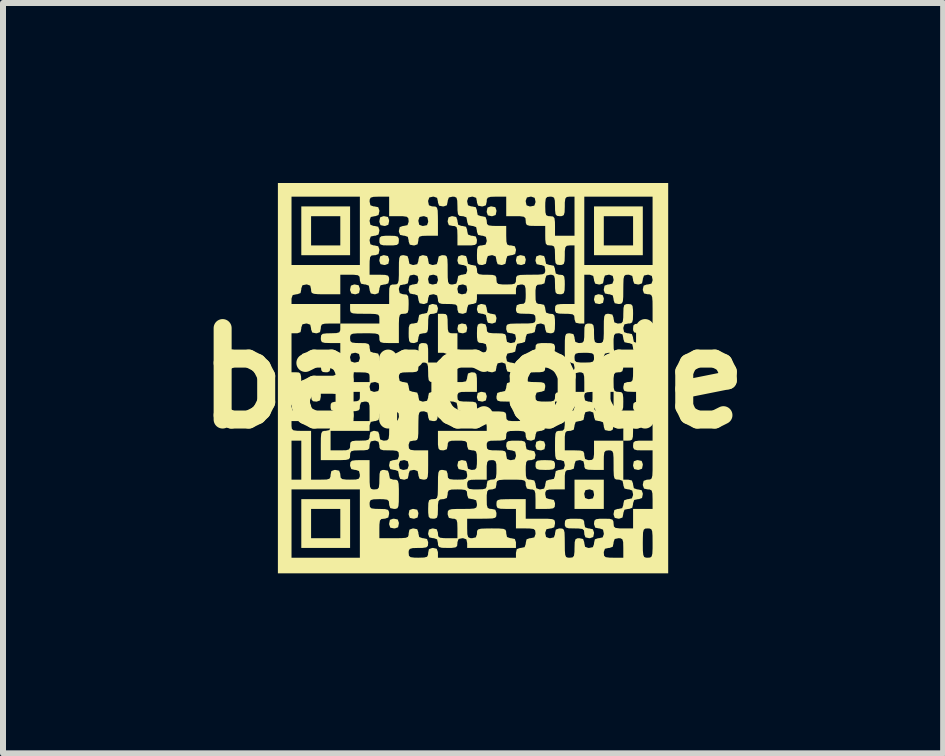
<source format=kicad_pcb>
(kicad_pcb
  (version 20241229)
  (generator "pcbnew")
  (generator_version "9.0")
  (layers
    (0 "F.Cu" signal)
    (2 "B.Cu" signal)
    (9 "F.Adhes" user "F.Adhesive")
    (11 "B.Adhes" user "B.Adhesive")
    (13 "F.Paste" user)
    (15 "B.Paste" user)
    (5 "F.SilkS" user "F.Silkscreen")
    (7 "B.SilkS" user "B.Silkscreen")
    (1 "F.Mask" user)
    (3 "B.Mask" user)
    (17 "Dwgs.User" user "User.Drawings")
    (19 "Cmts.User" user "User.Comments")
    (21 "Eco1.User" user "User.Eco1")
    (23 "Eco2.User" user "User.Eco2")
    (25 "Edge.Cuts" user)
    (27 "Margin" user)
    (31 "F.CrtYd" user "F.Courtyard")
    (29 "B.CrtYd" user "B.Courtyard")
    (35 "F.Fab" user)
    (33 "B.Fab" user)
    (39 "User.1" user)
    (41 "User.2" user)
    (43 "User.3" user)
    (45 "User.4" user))
  (footprint "barcode"
    (layer "F.Cu")
    (at 4.833 3.252)
    (property "Reference" "barcode" (at 0 0 0) (layer "F.SilkS") (effects (font (size 1.524 1.524) (thickness 0.3))))
    (attr through_hole)
    (fp_poly (pts (xy -2.049 -2.049) (xy -2.862 -2.049) (xy -2.862 -2.699) (xy -2.699 -2.699) (xy -2.699 -2.212) (xy -2.212 -2.212) (xy -2.212 -2.699) (xy -2.699 -2.699) (xy -2.862 -2.699) (xy -2.862 -2.862) (xy -2.049 -2.862)) (stroke (width 0) (type solid)) (fill yes) (layer "F.SilkS"))
    (fp_poly (pts (xy -2.049 2.829) (xy -2.862 2.829) (xy -2.862 2.179) (xy -2.699 2.179) (xy -2.699 2.667) (xy -2.212 2.667) (xy -2.212 2.179) (xy -2.699 2.179) (xy -2.862 2.179) (xy -2.862 2.016) (xy -2.049 2.016)) (stroke (width 0) (type solid)) (fill yes) (layer "F.SilkS"))
    (fp_poly (pts (xy 2.829 -2.049) (xy 2.016 -2.049) (xy 2.016 -2.699) (xy 2.179 -2.699) (xy 2.179 -2.212) (xy 2.667 -2.212) (xy 2.667 -2.699) (xy 2.179 -2.699) (xy 2.016 -2.699) (xy 2.016 -2.862) (xy 2.829 -2.862)) (stroke (width 0) (type solid)) (fill yes) (layer "F.SilkS"))
    (fp_poly (pts (xy -2.719 -0.409) (xy -2.7 -0.356) (xy -2.699 -0.341) (xy -2.713 -0.28) (xy -2.766 -0.261) (xy -2.781 -0.26) (xy -2.843 -0.274) (xy -2.862 -0.327) (xy -2.862 -0.341) (xy -2.849 -0.403) (xy -2.796 -0.422) (xy -2.781 -0.423)) (stroke (width 0) (type solid)) (fill yes) (layer "F.SilkS"))
    (fp_poly (pts (xy -1.906 -1.548) (xy -1.887 -1.495) (xy -1.886 -1.48) (xy -1.9 -1.418) (xy -1.953 -1.399) (xy -1.968 -1.398) (xy -2.029 -1.412) (xy -2.049 -1.465) (xy -2.049 -1.48) (xy -2.035 -1.542) (xy -1.983 -1.561) (xy -1.968 -1.561)) (stroke (width 0) (type solid)) (fill yes) (layer "F.SilkS"))
    (fp_poly (pts (xy -1.418 -2.686) (xy -1.399 -2.633) (xy -1.398 -2.618) (xy -1.412 -2.556) (xy -1.465 -2.537) (xy -1.48 -2.537) (xy -1.542 -2.55) (xy -1.561 -2.603) (xy -1.561 -2.618) (xy -1.548 -2.68) (xy -1.495 -2.699) (xy -1.48 -2.699)) (stroke (width 0) (type solid)) (fill yes) (layer "F.SilkS"))
    (fp_poly (pts (xy -1.418 -2.035) (xy -1.399 -1.983) (xy -1.398 -1.968) (xy -1.412 -1.906) (xy -1.465 -1.887) (xy -1.48 -1.886) (xy -1.542 -1.9) (xy -1.561 -1.953) (xy -1.561 -1.968) (xy -1.548 -2.029) (xy -1.495 -2.049) (xy -1.48 -2.049)) (stroke (width 0) (type solid)) (fill yes) (layer "F.SilkS"))
    (fp_poly (pts (xy -1.255 2.355) (xy -1.236 2.408) (xy -1.236 2.423) (xy -1.249 2.485) (xy -1.302 2.504) (xy -1.317 2.504) (xy -1.379 2.491) (xy -1.398 2.438) (xy -1.398 2.423) (xy -1.385 2.361) (xy -1.332 2.342) (xy -1.317 2.342)) (stroke (width 0) (type solid)) (fill yes) (layer "F.SilkS"))
    (fp_poly (pts (xy -0.93 2.192) (xy -0.911 2.245) (xy -0.911 2.26) (xy -0.924 2.322) (xy -0.977 2.341) (xy -0.992 2.342) (xy -1.054 2.328) (xy -1.073 2.275) (xy -1.073 2.26) (xy -1.06 2.198) (xy -1.007 2.179) (xy -0.992 2.179)) (stroke (width 0) (type solid)) (fill yes) (layer "F.SilkS"))
    (fp_poly (pts (xy -0.117 -0.897) (xy -0.098 -0.844) (xy -0.098 -0.829) (xy -0.111 -0.767) (xy -0.164 -0.748) (xy -0.179 -0.748) (xy -0.241 -0.761) (xy -0.26 -0.814) (xy -0.26 -0.829) (xy -0.247 -0.891) (xy -0.194 -0.91) (xy -0.179 -0.911)) (stroke (width 0) (type solid)) (fill yes) (layer "F.SilkS"))
    (fp_poly (pts (xy 0.208 0.241) (xy 0.227 0.294) (xy 0.228 0.309) (xy 0.214 0.371) (xy 0.161 0.39) (xy 0.146 0.39) (xy 0.084 0.377) (xy 0.065 0.324) (xy 0.065 0.309) (xy 0.078 0.247) (xy 0.131 0.228) (xy 0.146 0.228)) (stroke (width 0) (type solid)) (fill yes) (layer "F.SilkS"))
    (fp_poly (pts (xy 0.371 -2.849) (xy 0.39 -2.796) (xy 0.39 -2.781) (xy 0.377 -2.719) (xy 0.324 -2.7) (xy 0.309 -2.699) (xy 0.247 -2.713) (xy 0.228 -2.766) (xy 0.228 -2.781) (xy 0.241 -2.843) (xy 0.294 -2.862) (xy 0.309 -2.862)) (stroke (width 0) (type solid)) (fill yes) (layer "F.SilkS"))
    (fp_poly (pts (xy 0.859 -2.035) (xy 0.878 -1.983) (xy 0.878 -1.968) (xy 0.865 -1.906) (xy 0.812 -1.887) (xy 0.797 -1.886) (xy 0.735 -1.9) (xy 0.716 -1.953) (xy 0.715 -1.968) (xy 0.729 -2.029) (xy 0.782 -2.049) (xy 0.797 -2.049)) (stroke (width 0) (type solid)) (fill yes) (layer "F.SilkS"))
    (fp_poly (pts (xy 1.184 1.054) (xy 1.203 1.107) (xy 1.203 1.122) (xy 1.19 1.184) (xy 1.137 1.203) (xy 1.122 1.203) (xy 1.06 1.19) (xy 1.041 1.137) (xy 1.041 1.122) (xy 1.054 1.06) (xy 1.107 1.041) (xy 1.122 1.041)) (stroke (width 0) (type solid)) (fill yes) (layer "F.SilkS"))
    (fp_poly (pts (xy 2.16 -1.385) (xy 2.179 -1.332) (xy 2.179 -1.317) (xy 2.166 -1.255) (xy 2.113 -1.236) (xy 2.098 -1.236) (xy 2.036 -1.249) (xy 2.017 -1.302) (xy 2.016 -1.317) (xy 2.03 -1.379) (xy 2.083 -1.398) (xy 2.098 -1.398)) (stroke (width 0) (type solid)) (fill yes) (layer "F.SilkS"))
    (fp_poly (pts (xy 2.81 1.379) (xy 2.829 1.432) (xy 2.829 1.447) (xy 2.816 1.509) (xy 2.763 1.528) (xy 2.748 1.529) (xy 2.686 1.515) (xy 2.667 1.462) (xy 2.667 1.447) (xy 2.68 1.385) (xy 2.733 1.366) (xy 2.748 1.366)) (stroke (width 0) (type solid)) (fill yes) (layer "F.SilkS"))
    (fp_poly (pts (xy 2.634 0.721) (xy 2.658 0.748) (xy 2.666 0.813) (xy 2.667 0.878) (xy 2.664 0.975) (xy 2.651 1.023) (xy 2.618 1.039) (xy 2.586 1.041) (xy 2.504 1.041) (xy 2.504 0.878) (xy 2.507 0.782) (xy 2.52 0.733) (xy 2.553 0.717) (xy 2.586 0.715)) (stroke (width 0) (type solid)) (fill yes) (layer "F.SilkS"))
    (fp_poly (pts (xy -2.407 -0.418) (xy -2.383 -0.391) (xy -2.375 -0.325) (xy -2.374 -0.26) (xy -2.377 -0.164) (xy -2.39 -0.116) (xy -2.423 -0.099) (xy -2.455 -0.098) (xy -2.504 -0.103) (xy -2.528 -0.13) (xy -2.536 -0.195) (xy -2.537 -0.26) (xy -2.534 -0.357) (xy -2.521 -0.405) (xy -2.488 -0.421) (xy -2.455 -0.423)) (stroke (width 0) (type solid)) (fill yes) (layer "F.SilkS"))
    (fp_poly (pts (xy -1.302 -2.371) (xy -1.254 -2.358) (xy -1.237 -2.325) (xy -1.236 -2.293) (xy -1.241 -2.245) (xy -1.268 -2.221) (xy -1.333 -2.212) (xy -1.398 -2.212) (xy -1.495 -2.214) (xy -1.543 -2.228) (xy -1.56 -2.26) (xy -1.561 -2.293) (xy -1.556 -2.341) (xy -1.529 -2.365) (xy -1.464 -2.373) (xy -1.398 -2.374)) (stroke (width 0) (type solid)) (fill yes) (layer "F.SilkS"))
    (fp_poly (pts (xy 1.3 1.369) (xy 1.348 1.382) (xy 1.364 1.415) (xy 1.366 1.447) (xy 1.361 1.496) (xy 1.334 1.52) (xy 1.269 1.528) (xy 1.203 1.529) (xy 1.107 1.526) (xy 1.059 1.512) (xy 1.042 1.48) (xy 1.041 1.447) (xy 1.046 1.399) (xy 1.073 1.375) (xy 1.138 1.367) (xy 1.203 1.366)) (stroke (width 0) (type solid)) (fill yes) (layer "F.SilkS"))
    (fp_poly (pts (xy 0.682 0.07) (xy 0.707 0.097) (xy 0.715 0.162) (xy 0.715 0.228) (xy 0.715 0.39) (xy 0.553 0.39) (xy 0.456 0.388) (xy 0.408 0.374) (xy 0.392 0.342) (xy 0.39 0.309) (xy 0.404 0.247) (xy 0.457 0.228) (xy 0.472 0.228) (xy 0.533 0.214) (xy 0.553 0.161) (xy 0.553 0.146) (xy 0.566 0.084) (xy 0.619 0.065) (xy 0.634 0.065)) (stroke (width 0) (type solid)) (fill yes) (layer "F.SilkS"))
    (fp_poly (pts (xy 2.179 2.179) (xy 1.691 2.179) (xy 1.691 1.935) (xy 1.854 1.935) (xy 1.867 1.997) (xy 1.92 2.016) (xy 1.935 2.016) (xy 1.997 2.003) (xy 2.016 1.95) (xy 2.016 1.935) (xy 2.003 1.873) (xy 1.95 1.854) (xy 1.935 1.854) (xy 1.873 1.867) (xy 1.854 1.92) (xy 1.854 1.935) (xy 1.691 1.935) (xy 1.691 1.691) (xy 2.179 1.691)) (stroke (width 0) (type solid)) (fill yes) (layer "F.SilkS"))
    (fp_poly (pts (xy 0.208 -1.222) (xy 0.227 -1.17) (xy 0.228 -1.155) (xy 0.241 -1.093) (xy 0.294 -1.074) (xy 0.309 -1.073) (xy 0.371 -1.06) (xy 0.39 -1.007) (xy 0.39 -0.992) (xy 0.377 -0.93) (xy 0.324 -0.911) (xy 0.309 -0.911) (xy 0.247 -0.924) (xy 0.228 -0.977) (xy 0.228 -0.992) (xy 0.214 -1.054) (xy 0.161 -1.073) (xy 0.146 -1.073) (xy 0.084 -1.087) (xy 0.065 -1.14) (xy 0.065 -1.155) (xy 0.078 -1.216) (xy 0.131 -1.236) (xy 0.146 -1.236)) (stroke (width 0) (type solid)) (fill yes) (layer "F.SilkS"))
    (fp_poly (pts (xy 1.788 2.344) (xy 1.836 2.358) (xy 1.852 2.39) (xy 1.854 2.423) (xy 1.867 2.485) (xy 1.92 2.504) (xy 1.935 2.504) (xy 1.997 2.518) (xy 2.016 2.571) (xy 2.016 2.586) (xy 2.003 2.647) (xy 1.95 2.666) (xy 1.935 2.667) (xy 1.873 2.653) (xy 1.854 2.601) (xy 1.854 2.586) (xy 1.849 2.537) (xy 1.822 2.513) (xy 1.756 2.505) (xy 1.691 2.504) (xy 1.595 2.502) (xy 1.547 2.488) (xy 1.53 2.456) (xy 1.529 2.423) (xy 1.534 2.375) (xy 1.561 2.351) (xy 1.626 2.342) (xy 1.691 2.342)) (stroke (width 0) (type solid)) (fill yes) (layer "F.SilkS"))
    (fp_poly (pts (xy -0.28 -2.686) (xy -0.261 -2.633) (xy -0.26 -2.618) (xy -0.247 -2.556) (xy -0.194 -2.537) (xy -0.179 -2.537) (xy -0.117 -2.523) (xy -0.098 -2.47) (xy -0.098 -2.455) (xy -0.084 -2.394) (xy -0.031 -2.374) (xy -0.016 -2.374) (xy 0.046 -2.361) (xy 0.065 -2.308) (xy 0.065 -2.293) (xy 0.06 -2.245) (xy 0.033 -2.221) (xy -0.032 -2.212) (xy -0.098 -2.212) (xy -0.26 -2.212) (xy -0.26 -2.374) (xy -0.263 -2.471) (xy -0.276 -2.519) (xy -0.309 -2.535) (xy -0.341 -2.537) (xy -0.403 -2.55) (xy -0.422 -2.603) (xy -0.423 -2.618) (xy -0.409 -2.68) (xy -0.356 -2.699) (xy -0.341 -2.699)) (stroke (width 0) (type solid)) (fill yes) (layer "F.SilkS"))
    (fp_poly (pts (xy -0.605 -1.222) (xy -0.586 -1.17) (xy -0.585 -1.155) (xy -0.599 -1.093) (xy -0.652 -1.074) (xy -0.667 -1.073) (xy -0.715 -1.068) (xy -0.739 -1.041) (xy -0.747 -0.976) (xy -0.748 -0.911) (xy -0.751 -0.814) (xy -0.764 -0.766) (xy -0.797 -0.75) (xy -0.829 -0.748) (xy -0.891 -0.735) (xy -0.91 -0.682) (xy -0.911 -0.667) (xy -0.924 -0.605) (xy -0.977 -0.586) (xy -0.992 -0.585) (xy -1.04 -0.591) (xy -1.064 -0.618) (xy -1.072 -0.683) (xy -1.073 -0.748) (xy -1.071 -0.845) (xy -1.057 -0.893) (xy -1.025 -0.909) (xy -0.992 -0.911) (xy -0.93 -0.924) (xy -0.911 -0.977) (xy -0.911 -0.992) (xy -0.897 -1.054) (xy -0.844 -1.073) (xy -0.829 -1.073) (xy -0.767 -1.087) (xy -0.748 -1.14) (xy -0.748 -1.155) (xy -0.735 -1.216) (xy -0.682 -1.236) (xy -0.667 -1.236)) (stroke (width 0) (type solid)) (fill yes) (layer "F.SilkS"))
    (fp_poly (pts (xy 3.252 3.252) (xy -3.252 3.252) (xy -3.252 1.854) (xy -3.025 1.854) (xy -3.025 2.992) (xy -1.886 2.992) (xy -1.886 1.854) (xy -3.025 1.854) (xy -3.252 1.854) (xy -3.252 1.041) (xy -3.025 1.041) (xy -3.025 1.691) (xy -2.862 1.691) (xy -2.862 1.041) (xy -3.025 1.041) (xy -3.252 1.041) (xy -3.252 -1.317) (xy -3.025 -1.317) (xy -3.025 -1.236) (xy -2.212 -1.236) (xy -2.212 -0.911) (xy -2.374 -0.911) (xy -2.471 -0.908) (xy -2.519 -0.895) (xy -2.535 -0.862) (xy -2.537 -0.829) (xy -2.55 -0.767) (xy -2.603 -0.748) (xy -2.618 -0.748) (xy -2.68 -0.761) (xy -2.699 -0.814) (xy -2.699 -0.829) (xy -2.713 -0.891) (xy -2.766 -0.91) (xy -2.781 -0.911) (xy -2.843 -0.897) (xy -2.862 -0.844) (xy -2.862 -0.829) (xy -2.875 -0.767) (xy -2.928 -0.748) (xy -2.943 -0.748) (xy -3.025 -0.748) (xy -3.025 -0.098) (xy -2.943 -0.098) (xy -2.902 -0.095) (xy -2.878 -0.076) (xy -2.866 -0.029) (xy -2.862 0.061) (xy -2.862 0.146) (xy -2.863 0.27) (xy -2.869 0.343) (xy -2.885 0.378) (xy -2.915 0.389) (xy -2.943 0.39) (xy -3.005 0.404) (xy -3.024 0.457) (xy -3.025 0.472) (xy -3.011 0.533) (xy -2.958 0.553) (xy -2.943 0.553) (xy -2.881 0.539) (xy -2.862 0.487) (xy -2.862 0.472) (xy -2.849 0.41) (xy -2.796 0.391) (xy -2.781 0.39) (xy -2.719 0.404) (xy -2.7 0.457) (xy -2.699 0.472) (xy -2.694 0.52) (xy -2.667 0.544) (xy -2.602 0.552) (xy -2.537 0.553) (xy -2.44 0.556) (xy -2.392 0.569) (xy -2.376 0.602) (xy -2.374 0.634) (xy -2.374 0.715) (xy -3.025 0.715) (xy -3.025 0.797) (xy -3.019 0.845) (xy -2.992 0.869) (xy -2.927 0.877) (xy -2.862 0.878) (xy -2.699 0.878) (xy -2.699 1.691) (xy -2.537 1.691) (xy -2.44 1.689) (xy -2.392 1.675) (xy -2.376 1.642) (xy -2.374 1.61) (xy -2.361 1.548) (xy -2.308 1.529) (xy -2.293 1.529) (xy -2.231 1.542) (xy -2.212 1.595) (xy -2.212 1.61) (xy -2.206 1.658) (xy -2.179 1.682) (xy -2.114 1.69) (xy -2.049 1.691) (xy -1.952 1.689) (xy -1.904 1.675) (xy -1.888 1.642) (xy -1.886 1.61) (xy -1.9 1.548) (xy -1.953 1.529) (xy -1.968 1.529) (xy -2.029 1.515) (xy -2.049 1.462) (xy -2.049 1.447) (xy -2.044 1.399) (xy -2.017 1.375) (xy -1.952 1.367) (xy -1.886 1.366) (xy -1.724 1.366) (xy -1.724 1.61) (xy -1.723 1.734) (xy -1.717 1.807) (xy -1.701 1.842) (xy -1.671 1.853) (xy -1.642 1.854) (xy -1.594 1.849) (xy -1.57 1.822) (xy -1.562 1.756) (xy -1.561 1.691) (xy -1.558 1.595) (xy -1.545 1.547) (xy -1.512 1.53) (xy -1.48 1.529) (xy -1.418 1.542) (xy -1.399 1.595) (xy -1.398 1.61) (xy -1.385 1.672) (xy -1.332 1.691) (xy -1.317 1.691) (xy -1.276 1.694) (xy -1.252 1.712) (xy -1.24 1.76) (xy -1.236 1.849) (xy -1.236 1.935) (xy -1.237 2.059) (xy -1.243 2.132) (xy -1.259 2.167) (xy -1.289 2.178) (xy -1.317 2.179) (xy -1.379 2.166) (xy -1.398 2.113) (xy -1.398 2.098) (xy -1.404 2.049) (xy -1.431 2.025) (xy -1.496 2.017) (xy -1.561 2.016) (xy -1.658 2.019) (xy -1.706 2.032) (xy -1.722 2.065) (xy -1.724 2.098) (xy -1.718 2.146) (xy -1.692 2.17) (xy -1.626 2.178) (xy -1.561 2.179) (xy -1.465 2.182) (xy -1.416 2.195) (xy -1.4 2.228) (xy -1.398 2.26) (xy -1.412 2.322) (xy -1.465 2.341) (xy -1.48 2.342) (xy -1.528 2.347) (xy -1.552 2.374) (xy -1.56 2.439) (xy -1.561 2.504) (xy -1.561 2.667) (xy -1.317 2.667) (xy -1.193 2.666) (xy -1.12 2.66) (xy -1.085 2.644) (xy -1.074 2.614) (xy -1.073 2.586) (xy -1.06 2.524) (xy -1.007 2.505) (xy -0.992 2.504) (xy -0.93 2.518) (xy -0.911 2.571) (xy -0.911 2.586) (xy -0.897 2.647) (xy -0.844 2.666) (xy -0.829 2.667) (xy -0.767 2.68) (xy -0.748 2.733) (xy -0.748 2.748) (xy -0.753 2.796) (xy -0.78 2.82) (xy -0.845 2.829) (xy -0.911 2.829) (xy -1.007 2.832) (xy -1.055 2.846) (xy -1.072 2.878) (xy -1.073 2.911) (xy -1.068 2.959) (xy -1.041 2.983) (xy -0.976 2.991) (xy -0.911 2.992) (xy -0.814 2.989) (xy -0.766 2.976) (xy -0.75 2.943) (xy -0.748 2.911) (xy -0.735 2.849) (xy -0.682 2.83) (xy -0.667 2.829) (xy -0.605 2.843) (xy -0.586 2.896) (xy -0.585 2.911) (xy -0.585 2.992) (xy 0.715 2.992) (xy 0.715 2.911) (xy 0.729 2.849) (xy 0.782 2.83) (xy 0.797 2.829) (xy 0.859 2.816) (xy 0.878 2.763) (xy 0.878 2.748) (xy 0.892 2.686) (xy 0.944 2.667) (xy 0.959 2.667) (xy 1.021 2.653) (xy 1.04 2.601) (xy 1.041 2.586) (xy 1.035 2.537) (xy 1.009 2.513) (xy 0.943 2.505) (xy 0.878 2.504) (xy 0.715 2.504) (xy 0.715 2.179) (xy 0.553 2.179) (xy 0.456 2.176) (xy 0.408 2.163) (xy 0.392 2.13) (xy 0.39 2.098) (xy 0.393 2.056) (xy 0.412 2.032) (xy 0.459 2.02) (xy 0.549 2.017) (xy 0.634 2.016) (xy 0.878 2.016) (xy 0.878 2.342) (xy 1.122 2.342) (xy 1.246 2.343) (xy 1.319 2.349) (xy 1.354 2.364) (xy 1.365 2.394) (xy 1.366 2.423) (xy 1.353 2.485) (xy 1.3 2.504) (xy 1.285 2.504) (xy 1.223 2.518) (xy 1.204 2.571) (xy 1.203 2.586) (xy 1.217 2.647) (xy 1.27 2.666) (xy 1.285 2.667) (xy 1.347 2.653) (xy 1.366 2.601) (xy 1.366 2.586) (xy 1.379 2.524) (xy 1.432 2.505) (xy 1.447 2.504) (xy 1.489 2.507) (xy 1.513 2.526) (xy 1.525 2.573) (xy 1.528 2.662) (xy 1.529 2.748) (xy 1.53 2.872) (xy 1.536 2.945) (xy 1.551 2.98) (xy 1.581 2.991) (xy 1.61 2.992) (xy 1.658 2.987) (xy 1.682 2.96) (xy 1.688 2.911) (xy 2.179 2.911) (xy 2.184 2.959) (xy 2.211 2.983) (xy 2.276 2.991) (xy 2.342 2.992) (xy 2.504 2.992) (xy 2.504 2.829) (xy 2.502 2.748) (xy 2.829 2.748) (xy 2.83 2.872) (xy 2.837 2.945) (xy 2.852 2.98) (xy 2.882 2.991) (xy 2.911 2.992) (xy 2.952 2.989) (xy 2.976 2.971) (xy 2.988 2.924) (xy 2.992 2.834) (xy 2.992 2.748) (xy 2.991 2.624) (xy 2.985 2.551) (xy 2.969 2.516) (xy 2.939 2.505) (xy 2.911 2.504) (xy 2.869 2.507) (xy 2.845 2.526) (xy 2.833 2.573) (xy 2.83 2.662) (xy 2.829 2.748) (xy 2.502 2.748) (xy 2.502 2.733) (xy 2.488 2.685) (xy 2.456 2.668) (xy 2.423 2.667) (xy 2.361 2.68) (xy 2.342 2.733) (xy 2.342 2.748) (xy 2.328 2.81) (xy 2.275 2.829) (xy 2.26 2.829) (xy 2.198 2.843) (xy 2.179 2.896) (xy 2.179 2.911) (xy 1.688 2.911) (xy 1.69 2.895) (xy 1.691 2.829) (xy 1.694 2.733) (xy 1.707 2.685) (xy 1.74 2.668) (xy 1.772 2.667) (xy 1.834 2.68) (xy 1.853 2.733) (xy 1.854 2.748) (xy 1.867 2.81) (xy 1.92 2.829) (xy 1.935 2.829) (xy 1.997 2.816) (xy 2.016 2.763) (xy 2.016 2.748) (xy 2.03 2.686) (xy 2.083 2.667) (xy 2.098 2.667) (xy 2.16 2.653) (xy 2.179 2.601) (xy 2.179 2.586) (xy 2.166 2.524) (xy 2.113 2.505) (xy 2.098 2.504) (xy 2.036 2.491) (xy 2.017 2.438) (xy 2.016 2.423) (xy 2.022 2.375) (xy 2.049 2.351) (xy 2.114 2.342) (xy 2.179 2.342) (xy 2.276 2.344) (xy 2.324 2.358) (xy 2.34 2.39) (xy 2.342 2.423) (xy 2.347 2.471) (xy 2.374 2.495) (xy 2.439 2.503) (xy 2.504 2.504) (xy 2.667 2.504) (xy 2.667 2.179) (xy 2.992 2.179) (xy 2.992 2.016) (xy 2.989 1.92) (xy 2.976 1.872) (xy 2.943 1.855) (xy 2.911 1.854) (xy 2.849 1.84) (xy 2.83 1.787) (xy 2.829 1.772) (xy 2.843 1.711) (xy 2.896 1.692) (xy 2.911 1.691) (xy 2.952 1.688) (xy 2.976 1.67) (xy 2.988 1.623) (xy 2.992 1.533) (xy 2.992 1.447) (xy 2.992 1.203) (xy 2.829 1.203) (xy 2.733 1.201) (xy 2.685 1.187) (xy 2.668 1.155) (xy 2.667 1.122) (xy 2.672 1.074) (xy 2.699 1.05) (xy 2.764 1.041) (xy 2.829 1.041) (xy 2.992 1.041) (xy 2.992 0.553) (xy 2.829 0.553) (xy 2.733 0.55) (xy 2.685 0.537) (xy 2.668 0.504) (xy 2.667 0.472) (xy 2.672 0.423) (xy 2.699 0.399) (xy 2.764 0.391) (xy 2.829 0.39) (xy 2.992 0.39) (xy 2.992 0.146) (xy 2.991 0.022) (xy 2.985 -0.05) (xy 2.969 -0.086) (xy 2.939 -0.097) (xy 2.911 -0.098) (xy 2.863 -0.092) (xy 2.838 -0.065) (xy 2.83 -0.000215) (xy 2.829 0.065) (xy 2.829 0.228) (xy 2.667 0.228) (xy 2.57 0.225) (xy 2.522 0.212) (xy 2.506 0.179) (xy 2.504 0.146) (xy 2.518 0.084) (xy 2.571 0.065) (xy 2.586 0.065) (xy 2.634 0.06) (xy 2.658 0.033) (xy 2.666 -0.032) (xy 2.667 -0.098) (xy 2.667 -0.26) (xy 2.992 -0.26) (xy 2.992 -0.748) (xy 2.829 -0.748) (xy 2.733 -0.751) (xy 2.685 -0.764) (xy 2.668 -0.797) (xy 2.667 -0.829) (xy 2.672 -0.878) (xy 2.699 -0.902) (xy 2.764 -0.91) (xy 2.829 -0.911) (xy 2.992 -0.911) (xy 2.992 -1.155) (xy 2.991 -1.279) (xy 2.985 -1.351) (xy 2.969 -1.386) (xy 2.939 -1.398) (xy 2.911 -1.398) (xy 2.849 -1.412) (xy 2.83 -1.465) (xy 2.829 -1.48) (xy 2.843 -1.542) (xy 2.896 -1.561) (xy 2.911 -1.561) (xy 2.973 -1.575) (xy 2.992 -1.627) (xy 2.992 -1.642) (xy 2.979 -1.704) (xy 2.926 -1.723) (xy 2.911 -1.724) (xy 2.849 -1.71) (xy 2.83 -1.657) (xy 2.829 -1.642) (xy 2.816 -1.58) (xy 2.763 -1.561) (xy 2.748 -1.561) (xy 2.686 -1.575) (xy 2.667 -1.627) (xy 2.667 -1.642) (xy 2.653 -1.704) (xy 2.601 -1.723) (xy 2.586 -1.724) (xy 2.544 -1.721) (xy 2.52 -1.702) (xy 2.508 -1.655) (xy 2.505 -1.565) (xy 2.504 -1.48) (xy 2.503 -1.356) (xy 2.497 -1.283) (xy 2.481 -1.248) (xy 2.451 -1.237) (xy 2.423 -1.236) (xy 2.361 -1.249) (xy 2.342 -1.302) (xy 2.342 -1.317) (xy 2.328 -1.379) (xy 2.275 -1.398) (xy 2.26 -1.398) (xy 2.198 -1.412) (xy 2.179 -1.465) (xy 2.179 -1.48) (xy 2.192 -1.542) (xy 2.245 -1.561) (xy 2.26 -1.561) (xy 2.322 -1.575) (xy 2.341 -1.627) (xy 2.342 -1.642) (xy 2.328 -1.704) (xy 2.275 -1.723) (xy 2.26 -1.724) (xy 2.198 -1.71) (xy 2.179 -1.657) (xy 2.179 -1.642) (xy 2.166 -1.58) (xy 2.113 -1.561) (xy 2.098 -1.561) (xy 2.036 -1.575) (xy 2.017 -1.627) (xy 2.016 -1.642) (xy 2.003 -1.704) (xy 1.95 -1.723) (xy 1.935 -1.724) (xy 1.854 -1.724) (xy 1.854 -0.911) (xy 1.772 -0.911) (xy 1.711 -0.924) (xy 1.692 -0.977) (xy 1.691 -0.992) (xy 1.686 -1.04) (xy 1.659 -1.064) (xy 1.594 -1.072) (xy 1.529 -1.073) (xy 1.432 -1.076) (xy 1.384 -1.089) (xy 1.367 -1.122) (xy 1.366 -1.155) (xy 1.371 -1.203) (xy 1.398 -1.227) (xy 1.463 -1.235) (xy 1.529 -1.236) (xy 1.691 -1.236) (xy 1.691 -2.212) (xy 1.61 -2.212) (xy 1.562 -2.206) (xy 1.538 -2.179) (xy 1.529 -2.114) (xy 1.529 -2.049) (xy 1.526 -1.952) (xy 1.512 -1.904) (xy 1.48 -1.888) (xy 1.447 -1.886) (xy 1.399 -1.892) (xy 1.375 -1.918) (xy 1.367 -1.984) (xy 1.366 -2.049) (xy 1.363 -2.145) (xy 1.35 -2.194) (xy 1.317 -2.21) (xy 1.285 -2.212) (xy 1.236 -2.217) (xy 1.212 -2.244) (xy 1.204 -2.309) (xy 1.203 -2.374) (xy 1.203 -2.537) (xy 1.041 -2.537) (xy 0.944 -2.539) (xy 0.896 -2.553) (xy 0.88 -2.585) (xy 0.878 -2.618) (xy 0.873 -2.666) (xy 0.846 -2.69) (xy 0.781 -2.699) (xy 0.715 -2.699) (xy 0.553 -2.699) (xy 0.553 -2.943) (xy 0.878 -2.943) (xy 0.892 -2.881) (xy 0.944 -2.862) (xy 0.959 -2.862) (xy 1.203 -2.862) (xy 1.206 -2.765) (xy 1.219 -2.717) (xy 1.252 -2.701) (xy 1.285 -2.699) (xy 1.333 -2.694) (xy 1.357 -2.667) (xy 1.365 -2.602) (xy 1.366 -2.537) (xy 1.366 -2.374) (xy 1.691 -2.374) (xy 1.691 -3.025) (xy 1.854 -3.025) (xy 1.854 -1.886) (xy 2.992 -1.886) (xy 2.992 -3.025) (xy 1.854 -3.025) (xy 1.691 -3.025) (xy 1.61 -3.025) (xy 1.562 -3.019) (xy 1.538 -2.992) (xy 1.529 -2.927) (xy 1.529 -2.862) (xy 1.526 -2.765) (xy 1.512 -2.717) (xy 1.48 -2.701) (xy 1.447 -2.699) (xy 1.399 -2.705) (xy 1.375 -2.732) (xy 1.367 -2.797) (xy 1.366 -2.862) (xy 1.363 -2.958) (xy 1.35 -3.007) (xy 1.317 -3.023) (xy 1.285 -3.025) (xy 1.236 -3.019) (xy 1.212 -2.992) (xy 1.204 -2.927) (xy 1.203 -2.862) (xy 0.959 -2.862) (xy 1.021 -2.875) (xy 1.04 -2.928) (xy 1.041 -2.943) (xy 1.027 -3.005) (xy 0.974 -3.024) (xy 0.959 -3.025) (xy 0.898 -3.011) (xy 0.878 -2.958) (xy 0.878 -2.943) (xy 0.553 -2.943) (xy 0.553 -3.025) (xy 0.39 -3.025) (xy 0.294 -3.022) (xy 0.246 -3.008) (xy 0.229 -2.976) (xy 0.228 -2.943) (xy 0.214 -2.881) (xy 0.161 -2.862) (xy 0.146 -2.862) (xy 0.084 -2.875) (xy 0.065 -2.928) (xy 0.065 -2.943) (xy 0.052 -3.005) (xy -0.001 -3.024) (xy -0.016 -3.025) (xy -0.078 -3.011) (xy -0.097 -2.958) (xy -0.098 -2.943) (xy -0.084 -2.881) (xy -0.031 -2.862) (xy -0.016 -2.862) (xy 0.046 -2.849) (xy 0.065 -2.796) (xy 0.065 -2.781) (xy 0.078 -2.719) (xy 0.131 -2.7) (xy 0.146 -2.699) (xy 0.208 -2.686) (xy 0.227 -2.633) (xy 0.228 -2.618) (xy 0.233 -2.57) (xy 0.26 -2.546) (xy 0.325 -2.538) (xy 0.39 -2.537) (xy 0.553 -2.537) (xy 0.553 -2.374) (xy 0.556 -2.278) (xy 0.569 -2.229) (xy 0.602 -2.213) (xy 0.634 -2.212) (xy 0.696 -2.198) (xy 0.715 -2.145) (xy 0.715 -2.13) (xy 0.702 -2.068) (xy 0.649 -2.049) (xy 0.634 -2.049) (xy 0.572 -2.035) (xy 0.553 -1.983) (xy 0.553 -1.968) (xy 0.539 -1.906) (xy 0.487 -1.887) (xy 0.472 -1.886) (xy 0.41 -1.9) (xy 0.391 -1.953) (xy 0.39 -1.968) (xy 0.377 -2.029) (xy 0.324 -2.049) (xy 0.309 -2.049) (xy 0.247 -2.035) (xy 0.228 -1.983) (xy 0.228 -1.968) (xy 0.214 -1.906) (xy 0.161 -1.887) (xy 0.146 -1.886) (xy 0.098 -1.892) (xy 0.074 -1.918) (xy 0.066 -1.984) (xy 0.065 -2.049) (xy 0.068 -2.145) (xy 0.081 -2.194) (xy 0.114 -2.21) (xy 0.146 -2.212) (xy 0.208 -2.225) (xy 0.227 -2.278) (xy 0.228 -2.293) (xy 0.214 -2.355) (xy 0.161 -2.374) (xy 0.146 -2.374) (xy 0.084 -2.388) (xy 0.065 -2.44) (xy 0.065 -2.455) (xy 0.052 -2.517) (xy -0.001 -2.536) (xy -0.016 -2.537) (xy -0.078 -2.55) (xy -0.097 -2.603) (xy -0.098 -2.618) (xy -0.111 -2.68) (xy -0.164 -2.699) (xy -0.179 -2.699) (xy -0.227 -2.705) (xy -0.251 -2.732) (xy -0.259 -2.797) (xy -0.26 -2.862) (xy -0.263 -2.958) (xy -0.276 -3.007) (xy -0.309 -3.023) (xy -0.341 -3.025) (xy -0.403 -3.011) (xy -0.422 -2.958) (xy -0.423 -2.943) (xy -0.436 -2.881) (xy -0.489 -2.862) (xy -0.504 -2.862) (xy -0.566 -2.875) (xy -0.585 -2.928) (xy -0.585 -2.943) (xy -0.599 -3.005) (xy -0.652 -3.024) (xy -0.667 -3.025) (xy -0.729 -3.011) (xy -0.748 -2.958) (xy -0.748 -2.943) (xy -0.735 -2.881) (xy -0.682 -2.862) (xy -0.667 -2.862) (xy -0.625 -2.859) (xy -0.601 -2.841) (xy -0.589 -2.794) (xy -0.586 -2.704) (xy -0.585 -2.618) (xy -0.585 -2.374) (xy -0.748 -2.374) (xy -0.845 -2.371) (xy -0.893 -2.358) (xy -0.909 -2.325) (xy -0.911 -2.293) (xy -0.924 -2.231) (xy -0.977 -2.212) (xy -0.992 -2.212) (xy -1.054 -2.225) (xy -1.073 -2.278) (xy -1.073 -2.293) (xy -1.087 -2.355) (xy -1.14 -2.374) (xy -1.155 -2.374) (xy -1.216 -2.388) (xy -1.236 -2.44) (xy -1.236 -2.455) (xy -1.222 -2.517) (xy -1.17 -2.536) (xy -1.155 -2.537) (xy -1.093 -2.55) (xy -1.074 -2.603) (xy -1.073 -2.618) (xy -0.911 -2.618) (xy -0.897 -2.556) (xy -0.844 -2.537) (xy -0.829 -2.537) (xy -0.767 -2.55) (xy -0.748 -2.603) (xy -0.748 -2.618) (xy -0.761 -2.68) (xy -0.814 -2.699) (xy -0.829 -2.699) (xy -0.891 -2.686) (xy -0.91 -2.633) (xy -0.911 -2.618) (xy -1.073 -2.618) (xy -1.079 -2.666) (xy -1.105 -2.69) (xy -1.171 -2.699) (xy -1.236 -2.699) (xy -1.398 -2.699) (xy -1.398 -3.025) (xy -1.561 -3.025) (xy -1.658 -3.022) (xy -1.706 -3.008) (xy -1.722 -2.976) (xy -1.724 -2.943) (xy -1.71 -2.881) (xy -1.657 -2.862) (xy -1.642 -2.862) (xy -1.58 -2.849) (xy -1.561 -2.796) (xy -1.561 -2.781) (xy -1.575 -2.719) (xy -1.627 -2.7) (xy -1.642 -2.699) (xy -1.704 -2.686) (xy -1.723 -2.633) (xy -1.724 -2.618) (xy -1.71 -2.556) (xy -1.657 -2.537) (xy -1.642 -2.537) (xy -1.58 -2.523) (xy -1.561 -2.47) (xy -1.561 -2.455) (xy -1.575 -2.394) (xy -1.627 -2.374) (xy -1.642 -2.374) (xy -1.704 -2.361) (xy -1.723 -2.308) (xy -1.724 -2.293) (xy -1.71 -2.231) (xy -1.657 -2.212) (xy -1.642 -2.212) (xy -1.58 -2.198) (xy -1.561 -2.145) (xy -1.561 -2.13) (xy -1.575 -2.068) (xy -1.627 -2.049) (xy -1.642 -2.049) (xy -1.691 -2.044) (xy -1.715 -2.017) (xy -1.723 -1.952) (xy -1.724 -1.886) (xy -1.724 -1.724) (xy -1.561 -1.724) (xy -1.465 -1.721) (xy -1.416 -1.708) (xy -1.4 -1.675) (xy -1.398 -1.642) (xy -1.412 -1.58) (xy -1.465 -1.561) (xy -1.48 -1.561) (xy -1.542 -1.548) (xy -1.561 -1.495) (xy -1.561 -1.48) (xy -1.575 -1.418) (xy -1.627 -1.399) (xy -1.642 -1.398) (xy -1.704 -1.412) (xy -1.723 -1.465) (xy -1.724 -1.48) (xy -1.737 -1.542) (xy -1.79 -1.561) (xy -1.805 -1.561) (xy -1.867 -1.575) (xy -1.886 -1.627) (xy -1.886 -1.642) (xy -1.892 -1.691) (xy -1.918 -1.715) (xy -1.984 -1.723) (xy -2.049 -1.724) (xy -2.212 -1.724) (xy -2.212 -1.398) (xy -2.455 -1.398) (xy -2.58 -1.399) (xy -2.652 -1.406) (xy -2.687 -1.421) (xy -2.698 -1.451) (xy -2.699 -1.48) (xy -2.713 -1.542) (xy -2.766 -1.561) (xy -2.781 -1.561) (xy -2.843 -1.548) (xy -2.862 -1.495) (xy -2.862 -1.48) (xy -2.875 -1.418) (xy -2.928 -1.399) (xy -2.943 -1.398) (xy -3.005 -1.385) (xy -3.024 -1.332) (xy -3.025 -1.317) (xy -3.252 -1.317) (xy -3.252 -3.025) (xy -3.025 -3.025) (xy -3.025 -1.886) (xy -1.886 -1.886) (xy -1.886 -3.025) (xy -3.025 -3.025) (xy -3.252 -3.025) (xy -3.252 -3.252) (xy 3.252 -3.252)) (stroke (width 0) (type solid)) (fill yes) (layer "F.SilkS"))
    (fp_poly (pts (xy 1.184 -2.035) (xy 1.203 -1.983) (xy 1.203 -1.968) (xy 1.217 -1.906) (xy 1.27 -1.887) (xy 1.285 -1.886) (xy 1.347 -1.873) (xy 1.366 -1.82) (xy 1.366 -1.805) (xy 1.379 -1.743) (xy 1.432 -1.724) (xy 1.447 -1.724) (xy 1.496 -1.718) (xy 1.52 -1.692) (xy 1.528 -1.626) (xy 1.529 -1.561) (xy 1.526 -1.465) (xy 1.512 -1.416) (xy 1.48 -1.4) (xy 1.447 -1.398) (xy 1.399 -1.404) (xy 1.375 -1.431) (xy 1.367 -1.496) (xy 1.366 -1.561) (xy 1.363 -1.658) (xy 1.35 -1.706) (xy 1.317 -1.722) (xy 1.285 -1.724) (xy 1.223 -1.71) (xy 1.204 -1.657) (xy 1.203 -1.642) (xy 1.19 -1.58) (xy 1.137 -1.561) (xy 1.122 -1.561) (xy 1.074 -1.556) (xy 1.05 -1.529) (xy 1.041 -1.464) (xy 1.041 -1.398) (xy 1.043 -1.302) (xy 1.057 -1.254) (xy 1.089 -1.237) (xy 1.122 -1.236) (xy 1.184 -1.222) (xy 1.203 -1.17) (xy 1.203 -1.155) (xy 1.217 -1.093) (xy 1.27 -1.074) (xy 1.285 -1.073) (xy 1.333 -1.068) (xy 1.357 -1.041) (xy 1.365 -0.976) (xy 1.366 -0.911) (xy 1.363 -0.814) (xy 1.35 -0.766) (xy 1.317 -0.75) (xy 1.285 -0.748) (xy 1.223 -0.761) (xy 1.204 -0.814) (xy 1.203 -0.829) (xy 1.19 -0.891) (xy 1.137 -0.91) (xy 1.122 -0.911) (xy 1.06 -0.897) (xy 1.041 -0.844) (xy 1.041 -0.829) (xy 1.027 -0.767) (xy 0.974 -0.748) (xy 0.959 -0.748) (xy 0.898 -0.735) (xy 0.878 -0.682) (xy 0.878 -0.667) (xy 0.865 -0.605) (xy 0.812 -0.586) (xy 0.797 -0.585) (xy 0.735 -0.572) (xy 0.716 -0.519) (xy 0.715 -0.504) (xy 0.702 -0.442) (xy 0.649 -0.423) (xy 0.634 -0.423) (xy 0.572 -0.409) (xy 0.553 -0.356) (xy 0.553 -0.341) (xy 0.566 -0.28) (xy 0.619 -0.261) (xy 0.634 -0.26) (xy 0.696 -0.247) (xy 0.715 -0.194) (xy 0.715 -0.179) (xy 0.729 -0.117) (xy 0.782 -0.098) (xy 0.797 -0.098) (xy 0.845 -0.103) (xy 0.869 -0.13) (xy 0.877 -0.195) (xy 0.878 -0.26) (xy 0.881 -0.357) (xy 0.894 -0.405) (xy 0.927 -0.421) (xy 0.959 -0.423) (xy 1.021 -0.436) (xy 1.04 -0.489) (xy 1.041 -0.504) (xy 1.046 -0.552) (xy 1.073 -0.576) (xy 1.138 -0.585) (xy 1.203 -0.585) (xy 1.3 -0.583) (xy 1.348 -0.569) (xy 1.364 -0.537) (xy 1.366 -0.504) (xy 1.361 -0.456) (xy 1.334 -0.432) (xy 1.269 -0.424) (xy 1.203 -0.423) (xy 1.107 -0.42) (xy 1.059 -0.407) (xy 1.042 -0.374) (xy 1.041 -0.341) (xy 1.054 -0.28) (xy 1.107 -0.261) (xy 1.122 -0.26) (xy 1.184 -0.247) (xy 1.203 -0.194) (xy 1.203 -0.179) (xy 1.198 -0.131) (xy 1.171 -0.107) (xy 1.106 -0.098) (xy 1.041 -0.098) (xy 0.944 -0.095) (xy 0.896 -0.081) (xy 0.88 -0.049) (xy 0.878 -0.016) (xy 0.883 0.032) (xy 0.91 0.056) (xy 0.975 0.064) (xy 1.041 0.065) (xy 1.137 0.068) (xy 1.185 0.081) (xy 1.202 0.114) (xy 1.203 0.146) (xy 1.19 0.208) (xy 1.137 0.227) (xy 1.122 0.228) (xy 1.06 0.241) (xy 1.041 0.294) (xy 1.041 0.309) (xy 1.046 0.357) (xy 1.073 0.381) (xy 1.138 0.389) (xy 1.203 0.39) (xy 1.3 0.388) (xy 1.348 0.374) (xy 1.364 0.342) (xy 1.366 0.309) (xy 1.854 0.309) (xy 1.867 0.371) (xy 1.92 0.39) (xy 1.935 0.39) (xy 1.997 0.404) (xy 2.016 0.457) (xy 2.016 0.472) (xy 2.022 0.52) (xy 2.049 0.544) (xy 2.114 0.552) (xy 2.179 0.553) (xy 2.342 0.553) (xy 2.342 0.228) (xy 2.098 0.228) (xy 1.974 0.229) (xy 1.901 0.235) (xy 1.866 0.25) (xy 1.855 0.28) (xy 1.854 0.309) (xy 1.366 0.309) (xy 1.369 0.268) (xy 1.387 0.243) (xy 1.434 0.232) (xy 1.524 0.228) (xy 1.61 0.228) (xy 1.854 0.228) (xy 1.854 0.065) (xy 1.852 -0.016) (xy 2.016 -0.016) (xy 2.03 0.046) (xy 2.083 0.065) (xy 2.098 0.065) (xy 2.16 0.052) (xy 2.179 -0.001) (xy 2.179 -0.016) (xy 2.166 -0.078) (xy 2.113 -0.097) (xy 2.098 -0.098) (xy 2.036 -0.084) (xy 2.017 -0.031) (xy 2.016 -0.016) (xy 1.852 -0.016) (xy 1.851 -0.031) (xy 1.838 -0.08) (xy 1.805 -0.096) (xy 1.772 -0.098) (xy 1.711 -0.084) (xy 1.692 -0.031) (xy 1.691 -0.016) (xy 1.678 0.046) (xy 1.625 0.065) (xy 1.61 0.065) (xy 1.548 0.052) (xy 1.529 -0.001) (xy 1.529 -0.016) (xy 1.542 -0.078) (xy 1.595 -0.097) (xy 1.61 -0.098) (xy 1.672 -0.111) (xy 1.691 -0.164) (xy 1.691 -0.179) (xy 1.678 -0.241) (xy 1.625 -0.26) (xy 1.61 -0.26) (xy 1.569 -0.263) (xy 1.544 -0.281) (xy 1.533 -0.329) (xy 1.532 -0.341) (xy 1.691 -0.341) (xy 1.696 -0.293) (xy 1.723 -0.269) (xy 1.789 -0.261) (xy 1.854 -0.26) (xy 1.95 -0.263) (xy 1.998 -0.276) (xy 2.015 -0.309) (xy 2.016 -0.341) (xy 2.179 -0.341) (xy 2.192 -0.28) (xy 2.245 -0.261) (xy 2.26 -0.26) (xy 2.322 -0.274) (xy 2.341 -0.327) (xy 2.342 -0.341) (xy 2.328 -0.403) (xy 2.275 -0.422) (xy 2.26 -0.423) (xy 2.198 -0.409) (xy 2.179 -0.356) (xy 2.179 -0.341) (xy 2.016 -0.341) (xy 2.011 -0.39) (xy 1.984 -0.414) (xy 1.919 -0.422) (xy 1.854 -0.423) (xy 1.757 -0.42) (xy 1.709 -0.407) (xy 1.693 -0.374) (xy 1.691 -0.341) (xy 1.532 -0.341) (xy 1.529 -0.418) (xy 1.529 -0.504) (xy 1.53 -0.628) (xy 1.536 -0.701) (xy 1.551 -0.736) (xy 1.581 -0.747) (xy 1.61 -0.748) (xy 1.672 -0.735) (xy 1.691 -0.682) (xy 1.691 -0.667) (xy 1.705 -0.605) (xy 1.757 -0.586) (xy 1.772 -0.585) (xy 1.821 -0.591) (xy 1.845 -0.618) (xy 1.853 -0.683) (xy 1.854 -0.748) (xy 1.856 -0.845) (xy 1.87 -0.893) (xy 1.902 -0.909) (xy 1.935 -0.911) (xy 1.983 -0.905) (xy 2.007 -0.878) (xy 2.016 -0.813) (xy 2.016 -0.748) (xy 2.019 -0.652) (xy 2.032 -0.603) (xy 2.065 -0.587) (xy 2.098 -0.585) (xy 2.139 -0.588) (xy 2.163 -0.607) (xy 2.175 -0.654) (xy 2.179 -0.744) (xy 2.179 -0.829) (xy 2.18 -0.953) (xy 2.186 -1.026) (xy 2.202 -1.061) (xy 2.232 -1.072) (xy 2.26 -1.073) (xy 2.322 -1.06) (xy 2.341 -1.007) (xy 2.342 -0.992) (xy 2.355 -0.93) (xy 2.408 -0.911) (xy 2.423 -0.911) (xy 2.471 -0.916) (xy 2.495 -0.943) (xy 2.503 -1.008) (xy 2.504 -1.073) (xy 2.507 -1.17) (xy 2.52 -1.218) (xy 2.553 -1.234) (xy 2.586 -1.236) (xy 2.634 -1.231) (xy 2.658 -1.204) (xy 2.666 -1.138) (xy 2.667 -1.073) (xy 2.664 -0.977) (xy 2.651 -0.929) (xy 2.618 -0.912) (xy 2.586 -0.911) (xy 2.524 -0.897) (xy 2.505 -0.844) (xy 2.504 -0.829) (xy 2.518 -0.767) (xy 2.571 -0.748) (xy 2.586 -0.748) (xy 2.647 -0.735) (xy 2.666 -0.682) (xy 2.667 -0.667) (xy 2.68 -0.605) (xy 2.733 -0.586) (xy 2.748 -0.585) (xy 2.81 -0.572) (xy 2.829 -0.519) (xy 2.829 -0.504) (xy 2.816 -0.442) (xy 2.763 -0.423) (xy 2.748 -0.423) (xy 2.686 -0.436) (xy 2.667 -0.489) (xy 2.667 -0.504) (xy 2.653 -0.566) (xy 2.601 -0.585) (xy 2.586 -0.585) (xy 2.524 -0.599) (xy 2.505 -0.652) (xy 2.504 -0.667) (xy 2.491 -0.729) (xy 2.438 -0.748) (xy 2.423 -0.748) (xy 2.375 -0.743) (xy 2.351 -0.716) (xy 2.342 -0.651) (xy 2.342 -0.585) (xy 2.344 -0.489) (xy 2.358 -0.441) (xy 2.39 -0.424) (xy 2.423 -0.423) (xy 2.471 -0.418) (xy 2.495 -0.391) (xy 2.503 -0.325) (xy 2.504 -0.26) (xy 2.502 -0.164) (xy 2.488 -0.116) (xy 2.456 -0.099) (xy 2.423 -0.098) (xy 2.375 -0.092) (xy 2.351 -0.065) (xy 2.342 -0.000215) (xy 2.342 0.065) (xy 2.344 0.162) (xy 2.358 0.21) (xy 2.39 0.226) (xy 2.423 0.228) (xy 2.471 0.233) (xy 2.495 0.26) (xy 2.503 0.325) (xy 2.504 0.39) (xy 2.502 0.487) (xy 2.488 0.535) (xy 2.456 0.551) (xy 2.423 0.553) (xy 2.375 0.558) (xy 2.351 0.585) (xy 2.342 0.65) (xy 2.342 0.715) (xy 2.339 0.812) (xy 2.326 0.86) (xy 2.293 0.877) (xy 2.26 0.878) (xy 2.198 0.865) (xy 2.179 0.812) (xy 2.179 0.797) (xy 2.166 0.735) (xy 2.113 0.716) (xy 2.098 0.715) (xy 2.036 0.702) (xy 2.017 0.649) (xy 2.016 0.634) (xy 2.003 0.572) (xy 1.95 0.553) (xy 1.935 0.553) (xy 1.873 0.566) (xy 1.854 0.619) (xy 1.854 0.634) (xy 1.84 0.696) (xy 1.787 0.715) (xy 1.772 0.715) (xy 1.711 0.729) (xy 1.692 0.782) (xy 1.691 0.797) (xy 1.678 0.859) (xy 1.625 0.878) (xy 1.61 0.878) (xy 1.562 0.883) (xy 1.538 0.91) (xy 1.529 0.975) (xy 1.529 1.041) (xy 1.529 1.203) (xy 1.691 1.203) (xy 1.788 1.206) (xy 1.836 1.219) (xy 1.852 1.252) (xy 1.854 1.285) (xy 1.867 1.347) (xy 1.92 1.366) (xy 1.935 1.366) (xy 1.983 1.361) (xy 2.007 1.334) (xy 2.016 1.269) (xy 2.016 1.203) (xy 2.016 1.041) (xy 2.504 1.041) (xy 2.504 1.691) (xy 2.586 1.691) (xy 2.647 1.705) (xy 2.666 1.757) (xy 2.667 1.772) (xy 2.68 1.834) (xy 2.733 1.853) (xy 2.748 1.854) (xy 2.81 1.867) (xy 2.829 1.92) (xy 2.829 1.935) (xy 2.816 1.997) (xy 2.763 2.016) (xy 2.748 2.016) (xy 2.686 2.03) (xy 2.667 2.083) (xy 2.667 2.098) (xy 2.653 2.16) (xy 2.601 2.179) (xy 2.586 2.179) (xy 2.524 2.192) (xy 2.505 2.245) (xy 2.504 2.26) (xy 2.491 2.322) (xy 2.438 2.341) (xy 2.423 2.342) (xy 2.361 2.328) (xy 2.342 2.275) (xy 2.342 2.26) (xy 2.355 2.198) (xy 2.408 2.179) (xy 2.423 2.179) (xy 2.485 2.166) (xy 2.504 2.113) (xy 2.504 2.098) (xy 2.518 2.036) (xy 2.571 2.017) (xy 2.586 2.016) (xy 2.647 2.003) (xy 2.666 1.95) (xy 2.667 1.935) (xy 2.653 1.873) (xy 2.601 1.854) (xy 2.586 1.854) (xy 2.524 1.84) (xy 2.505 1.787) (xy 2.504 1.772) (xy 2.491 1.711) (xy 2.438 1.692) (xy 2.423 1.691) (xy 2.382 1.688) (xy 2.357 1.67) (xy 2.346 1.623) (xy 2.342 1.533) (xy 2.342 1.447) (xy 2.341 1.323) (xy 2.335 1.25) (xy 2.319 1.215) (xy 2.289 1.204) (xy 2.26 1.203) (xy 2.212 1.209) (xy 2.188 1.236) (xy 2.18 1.301) (xy 2.179 1.366) (xy 2.179 1.529) (xy 2.016 1.529) (xy 1.92 1.526) (xy 1.872 1.512) (xy 1.855 1.48) (xy 1.854 1.447) (xy 1.84 1.385) (xy 1.787 1.366) (xy 1.772 1.366) (xy 1.711 1.379) (xy 1.692 1.432) (xy 1.691 1.447) (xy 1.678 1.509) (xy 1.625 1.528) (xy 1.61 1.529) (xy 1.562 1.534) (xy 1.538 1.561) (xy 1.529 1.626) (xy 1.529 1.691) (xy 1.529 1.854) (xy 1.366 1.854) (xy 1.269 1.856) (xy 1.221 1.87) (xy 1.205 1.902) (xy 1.203 1.935) (xy 1.217 1.997) (xy 1.27 2.016) (xy 1.285 2.016) (xy 1.347 2.03) (xy 1.366 2.083) (xy 1.366 2.098) (xy 1.361 2.146) (xy 1.334 2.17) (xy 1.269 2.178) (xy 1.203 2.179) (xy 1.041 2.179) (xy 1.041 2.016) (xy 1.038 1.92) (xy 1.025 1.872) (xy 0.992 1.855) (xy 0.959 1.854) (xy 0.898 1.84) (xy 0.878 1.787) (xy 0.878 1.772) (xy 0.875 1.731) (xy 0.857 1.707) (xy 0.81 1.695) (xy 0.72 1.691) (xy 0.634 1.691) (xy 0.51 1.692) (xy 0.437 1.698) (xy 0.402 1.714) (xy 0.391 1.744) (xy 0.39 1.772) (xy 0.377 1.834) (xy 0.324 1.853) (xy 0.309 1.854) (xy 0.261 1.859) (xy 0.237 1.886) (xy 0.228 1.951) (xy 0.228 2.016) (xy 0.23 2.113) (xy 0.244 2.161) (xy 0.276 2.177) (xy 0.309 2.179) (xy 0.371 2.192) (xy 0.39 2.245) (xy 0.39 2.26) (xy 0.387 2.302) (xy 0.369 2.326) (xy 0.322 2.338) (xy 0.232 2.341) (xy 0.146 2.342) (xy -0.098 2.342) (xy -0.098 2.504) (xy -0.095 2.601) (xy -0.081 2.649) (xy -0.049 2.665) (xy -0.016 2.667) (xy 0.046 2.653) (xy 0.065 2.601) (xy 0.065 2.586) (xy 0.068 2.544) (xy 0.086 2.52) (xy 0.134 2.508) (xy 0.223 2.505) (xy 0.309 2.504) (xy 0.433 2.505) (xy 0.506 2.511) (xy 0.541 2.527) (xy 0.552 2.557) (xy 0.553 2.586) (xy 0.566 2.647) (xy 0.619 2.666) (xy 0.634 2.667) (xy 0.696 2.68) (xy 0.715 2.733) (xy 0.715 2.748) (xy 0.715 2.829) (xy -0.098 2.829) (xy -0.098 2.748) (xy -0.111 2.686) (xy -0.164 2.667) (xy -0.179 2.667) (xy -0.241 2.68) (xy -0.26 2.733) (xy -0.26 2.748) (xy -0.265 2.796) (xy -0.292 2.82) (xy -0.358 2.829) (xy -0.423 2.829) (xy -0.519 2.827) (xy -0.567 2.813) (xy -0.584 2.781) (xy -0.585 2.748) (xy -0.599 2.686) (xy -0.652 2.667) (xy -0.667 2.667) (xy -0.729 2.653) (xy -0.748 2.601) (xy -0.748 2.586) (xy -0.735 2.524) (xy -0.682 2.505) (xy -0.667 2.504) (xy -0.605 2.518) (xy -0.586 2.571) (xy -0.585 2.586) (xy -0.58 2.634) (xy -0.553 2.658) (xy -0.488 2.666) (xy -0.423 2.667) (xy -0.26 2.667) (xy -0.26 2.504) (xy -0.263 2.408) (xy -0.276 2.36) (xy -0.309 2.343) (xy -0.341 2.342) (xy -0.403 2.328) (xy -0.422 2.275) (xy -0.423 2.26) (xy -0.42 2.219) (xy -0.401 2.195) (xy -0.354 2.183) (xy -0.265 2.179) (xy -0.179 2.179) (xy -0.055 2.178) (xy 0.018 2.172) (xy 0.053 2.156) (xy 0.064 2.126) (xy 0.065 2.098) (xy 0.052 2.036) (xy -0.001 2.017) (xy -0.016 2.016) (xy -0.078 2.003) (xy -0.097 1.95) (xy -0.098 1.935) (xy -0.103 1.887) (xy -0.13 1.863) (xy -0.195 1.855) (xy -0.26 1.854) (xy -0.357 1.856) (xy -0.405 1.87) (xy -0.421 1.902) (xy -0.423 1.935) (xy -0.436 1.997) (xy -0.489 2.016) (xy -0.504 2.016) (xy -0.552 2.022) (xy -0.576 2.049) (xy -0.585 2.114) (xy -0.585 2.179) (xy -0.588 2.276) (xy -0.601 2.324) (xy -0.634 2.34) (xy -0.667 2.342) (xy -0.715 2.336) (xy -0.739 2.309) (xy -0.747 2.244) (xy -0.748 2.179) (xy -0.745 2.082) (xy -0.732 2.034) (xy -0.699 2.018) (xy -0.667 2.016) (xy -0.625 2.013) (xy -0.601 1.995) (xy -0.589 1.948) (xy -0.586 1.858) (xy -0.585 1.772) (xy -0.098 1.772) (xy -0.092 1.821) (xy -0.065 1.845) (xy -0.000215 1.853) (xy 0.065 1.854) (xy 0.162 1.851) (xy 0.21 1.838) (xy 0.226 1.805) (xy 0.228 1.772) (xy 0.241 1.711) (xy 0.294 1.692) (xy 0.309 1.691) (xy 0.357 1.686) (xy 0.381 1.659) (xy 0.389 1.594) (xy 0.39 1.529) (xy 0.388 1.432) (xy 0.374 1.384) (xy 0.342 1.367) (xy 0.309 1.366) (xy 0.261 1.371) (xy 0.237 1.398) (xy 0.228 1.463) (xy 0.228 1.529) (xy 0.228 1.691) (xy 0.065 1.691) (xy -0.031 1.694) (xy -0.08 1.707) (xy -0.096 1.74) (xy -0.098 1.772) (xy -0.585 1.772) (xy -0.584 1.648) (xy -0.578 1.576) (xy -0.563 1.541) (xy -0.533 1.529) (xy -0.504 1.529) (xy -0.442 1.542) (xy -0.423 1.595) (xy -0.423 1.61) (xy -0.418 1.658) (xy -0.391 1.682) (xy -0.325 1.69) (xy -0.26 1.691) (xy -0.164 1.689) (xy -0.116 1.675) (xy -0.099 1.642) (xy -0.098 1.61) (xy -0.111 1.548) (xy -0.164 1.529) (xy -0.179 1.529) (xy -0.241 1.515) (xy -0.26 1.462) (xy -0.26 1.447) (xy -0.247 1.385) (xy -0.194 1.366) (xy -0.179 1.366) (xy -0.117 1.379) (xy -0.098 1.432) (xy -0.098 1.447) (xy -0.084 1.509) (xy -0.031 1.528) (xy -0.016 1.529) (xy 0.032 1.523) (xy 0.056 1.496) (xy 0.064 1.431) (xy 0.065 1.366) (xy 0.062 1.269) (xy 0.049 1.221) (xy 0.016 1.205) (xy -0.016 1.203) (xy -0.078 1.19) (xy -0.097 1.137) (xy -0.098 1.122) (xy 0.228 1.122) (xy 0.233 1.17) (xy 0.26 1.194) (xy 0.325 1.203) (xy 0.39 1.203) (xy 0.487 1.206) (xy 0.535 1.219) (xy 0.551 1.252) (xy 0.553 1.285) (xy 0.566 1.347) (xy 0.619 1.366) (xy 0.634 1.366) (xy 0.696 1.353) (xy 0.715 1.3) (xy 0.715 1.285) (xy 0.702 1.223) (xy 0.649 1.204) (xy 0.634 1.203) (xy 0.572 1.19) (xy 0.553 1.137) (xy 0.553 1.122) (xy 0.558 1.074) (xy 0.585 1.05) (xy 0.65 1.041) (xy 0.715 1.041) (xy 0.812 1.043) (xy 0.86 1.057) (xy 0.877 1.089) (xy 0.878 1.122) (xy 0.892 1.184) (xy 0.944 1.203) (xy 0.959 1.203) (xy 1.021 1.217) (xy 1.04 1.27) (xy 1.041 1.285) (xy 1.027 1.347) (xy 0.974 1.366) (xy 0.959 1.366) (xy 0.911 1.371) (xy 0.887 1.398) (xy 0.879 1.463) (xy 0.878 1.529) (xy 0.881 1.625) (xy 0.894 1.673) (xy 0.927 1.69) (xy 0.959 1.691) (xy 1.021 1.705) (xy 1.04 1.757) (xy 1.041 1.772) (xy 1.054 1.834) (xy 1.107 1.853) (xy 1.122 1.854) (xy 1.184 1.84) (xy 1.203 1.787) (xy 1.203 1.772) (xy 1.217 1.711) (xy 1.27 1.692) (xy 1.285 1.691) (xy 1.347 1.678) (xy 1.366 1.625) (xy 1.366 1.61) (xy 1.379 1.548) (xy 1.432 1.529) (xy 1.447 1.529) (xy 1.509 1.515) (xy 1.528 1.462) (xy 1.529 1.447) (xy 1.515 1.385) (xy 1.462 1.366) (xy 1.447 1.366) (xy 1.406 1.363) (xy 1.382 1.345) (xy 1.37 1.297) (xy 1.366 1.208) (xy 1.366 1.122) (xy 1.367 0.998) (xy 1.373 0.925) (xy 1.389 0.89) (xy 1.419 0.879) (xy 1.447 0.878) (xy 1.496 0.873) (xy 1.52 0.846) (xy 1.528 0.781) (xy 1.529 0.715) (xy 1.531 0.619) (xy 1.545 0.571) (xy 1.577 0.554) (xy 1.61 0.553) (xy 1.672 0.539) (xy 1.691 0.487) (xy 1.691 0.472) (xy 1.686 0.423) (xy 1.659 0.399) (xy 1.594 0.391) (xy 1.529 0.39) (xy 1.366 0.39) (xy 1.366 0.553) (xy 1.363 0.649) (xy 1.35 0.698) (xy 1.317 0.714) (xy 1.285 0.715) (xy 1.223 0.729) (xy 1.204 0.782) (xy 1.203 0.797) (xy 1.19 0.859) (xy 1.137 0.878) (xy 1.122 0.878) (xy 1.06 0.892) (xy 1.041 0.944) (xy 1.041 0.959) (xy 1.027 1.021) (xy 0.974 1.04) (xy 0.959 1.041) (xy 0.898 1.027) (xy 0.878 0.974) (xy 0.878 0.959) (xy 0.873 0.911) (xy 0.846 0.887) (xy 0.781 0.879) (xy 0.715 0.878) (xy 0.619 0.881) (xy 0.571 0.894) (xy 0.554 0.927) (xy 0.553 0.959) (xy 0.548 1.008) (xy 0.521 1.032) (xy 0.456 1.04) (xy 0.39 1.041) (xy 0.294 1.043) (xy 0.246 1.057) (xy 0.229 1.089) (xy 0.228 1.122) (xy -0.098 1.122) (xy -0.103 1.074) (xy -0.13 1.05) (xy -0.195 1.041) (xy -0.26 1.041) (xy -0.357 1.043) (xy -0.405 1.057) (xy -0.421 1.089) (xy -0.423 1.122) (xy -0.436 1.184) (xy -0.489 1.203) (xy -0.504 1.203) (xy -0.552 1.198) (xy -0.576 1.171) (xy -0.585 1.106) (xy -0.585 1.041) (xy -0.585 0.878) (xy 0.228 0.878) (xy 0.228 0.797) (xy 0.214 0.735) (xy 0.161 0.716) (xy 0.146 0.715) (xy 0.084 0.702) (xy 0.065 0.649) (xy 0.065 0.634) (xy 0.06 0.586) (xy 0.033 0.562) (xy -0.032 0.554) (xy -0.098 0.553) (xy -0.194 0.55) (xy -0.242 0.537) (xy -0.259 0.504) (xy -0.26 0.472) (xy -0.274 0.41) (xy -0.327 0.391) (xy -0.341 0.39) (xy -0.383 0.387) (xy -0.407 0.369) (xy -0.419 0.322) (xy -0.422 0.232) (xy -0.423 0.146) (xy -0.424 0.022) (xy -0.43 -0.05) (xy -0.446 -0.086) (xy -0.476 -0.097) (xy -0.504 -0.098) (xy -0.566 -0.084) (xy -0.585 -0.031) (xy -0.585 -0.016) (xy -0.599 0.046) (xy -0.652 0.065) (xy -0.667 0.065) (xy -0.715 0.06) (xy -0.739 0.033) (xy -0.747 -0.032) (xy -0.748 -0.098) (xy -0.751 -0.194) (xy -0.764 -0.242) (xy -0.797 -0.259) (xy -0.829 -0.26) (xy -0.891 -0.247) (xy -0.91 -0.194) (xy -0.911 -0.179) (xy -0.916 -0.131) (xy -0.943 -0.107) (xy -1.008 -0.098) (xy -1.073 -0.098) (xy -1.17 -0.095) (xy -1.218 -0.081) (xy -1.234 -0.049) (xy -1.236 -0.016) (xy -1.222 0.046) (xy -1.17 0.065) (xy -1.155 0.065) (xy -1.093 0.078) (xy -1.074 0.131) (xy -1.073 0.146) (xy -1.06 0.208) (xy -1.007 0.227) (xy -0.992 0.228) (xy -0.93 0.241) (xy -0.911 0.294) (xy -0.911 0.309) (xy -0.897 0.371) (xy -0.844 0.39) (xy -0.829 0.39) (xy -0.767 0.377) (xy -0.748 0.324) (xy -0.748 0.309) (xy -0.735 0.247) (xy -0.682 0.228) (xy -0.667 0.228) (xy -0.625 0.231) (xy -0.601 0.249) (xy -0.589 0.296) (xy -0.586 0.386) (xy -0.585 0.472) (xy -0.586 0.596) (xy -0.593 0.668) (xy -0.608 0.703) (xy -0.638 0.715) (xy -0.667 0.715) (xy -0.729 0.702) (xy -0.748 0.649) (xy -0.748 0.634) (xy -0.761 0.572) (xy -0.814 0.553) (xy -0.829 0.553) (xy -0.871 0.556) (xy -0.895 0.574) (xy -0.907 0.621) (xy -0.91 0.711) (xy -0.911 0.797) (xy -0.912 0.921) (xy -0.918 0.994) (xy -0.933 1.029) (xy -0.963 1.04) (xy -0.992 1.041) (xy -1.054 1.054) (xy -1.073 1.107) (xy -1.073 1.122) (xy -1.068 1.17) (xy -1.041 1.194) (xy -0.976 1.203) (xy -0.911 1.203) (xy -0.748 1.203) (xy -0.748 1.447) (xy -0.749 1.571) (xy -0.755 1.644) (xy -0.771 1.679) (xy -0.801 1.69) (xy -0.829 1.691) (xy -0.891 1.678) (xy -0.91 1.625) (xy -0.911 1.61) (xy -0.924 1.548) (xy -0.977 1.529) (xy -0.992 1.529) (xy -1.054 1.542) (xy -1.073 1.595) (xy -1.073 1.61) (xy -1.087 1.672) (xy -1.14 1.691) (xy -1.155 1.691) (xy -1.216 1.678) (xy -1.236 1.625) (xy -1.236 1.61) (xy -1.249 1.548) (xy -1.302 1.529) (xy -1.317 1.529) (xy -1.379 1.515) (xy -1.398 1.462) (xy -1.398 1.447) (xy -1.236 1.447) (xy -1.222 1.509) (xy -1.17 1.528) (xy -1.155 1.529) (xy -1.093 1.515) (xy -1.074 1.462) (xy -1.073 1.447) (xy -1.087 1.385) (xy -1.14 1.366) (xy -1.155 1.366) (xy -1.216 1.379) (xy -1.236 1.432) (xy -1.236 1.447) (xy -1.398 1.447) (xy -1.385 1.385) (xy -1.332 1.366) (xy -1.317 1.366) (xy -1.255 1.353) (xy -1.236 1.3) (xy -1.236 1.285) (xy -1.241 1.236) (xy -1.268 1.212) (xy -1.333 1.204) (xy -1.398 1.203) (xy -1.495 1.201) (xy -1.543 1.187) (xy -1.56 1.155) (xy -1.561 1.122) (xy -1.575 1.06) (xy -1.627 1.041) (xy -1.642 1.041) (xy -1.704 1.054) (xy -1.723 1.107) (xy -1.724 1.122) (xy -1.729 1.17) (xy -1.756 1.194) (xy -1.821 1.203) (xy -1.886 1.203) (xy -1.983 1.206) (xy -2.031 1.219) (xy -2.047 1.252) (xy -2.049 1.285) (xy -2.052 1.326) (xy -2.07 1.35) (xy -2.117 1.362) (xy -2.207 1.366) (xy -2.293 1.366) (xy -2.537 1.366) (xy -2.537 1.122) (xy -2.536 0.998) (xy -2.53 0.925) (xy -2.514 0.89) (xy -2.484 0.879) (xy -2.455 0.878) (xy -2.374 0.878) (xy -2.374 1.203) (xy -2.212 1.203) (xy -2.115 1.201) (xy -2.067 1.187) (xy -2.05 1.155) (xy -2.049 1.122) (xy -2.044 1.074) (xy -2.017 1.05) (xy -1.952 1.041) (xy -1.886 1.041) (xy -1.79 1.038) (xy -1.742 1.025) (xy -1.725 0.992) (xy -1.724 0.959) (xy -1.71 0.898) (xy -1.657 0.878) (xy -1.642 0.878) (xy -1.58 0.892) (xy -1.561 0.944) (xy -1.561 0.959) (xy -1.548 1.021) (xy -1.495 1.04) (xy -1.48 1.041) (xy -1.432 1.035) (xy -1.407 1.009) (xy -1.399 0.943) (xy -1.398 0.878) (xy -1.396 0.782) (xy -1.382 0.733) (xy -1.35 0.717) (xy -1.317 0.715) (xy -1.255 0.702) (xy -1.236 0.649) (xy -1.236 0.634) (xy -1.241 0.586) (xy -1.268 0.562) (xy -1.333 0.554) (xy -1.398 0.553) (xy -1.495 0.556) (xy -1.543 0.569) (xy -1.56 0.602) (xy -1.561 0.634) (xy -1.575 0.696) (xy -1.627 0.715) (xy -1.642 0.715) (xy -1.704 0.729) (xy -1.723 0.782) (xy -1.724 0.797) (xy -1.724 0.878) (xy -2.374 0.878) (xy -2.455 0.878) (xy -2.394 0.865) (xy -2.374 0.812) (xy -2.374 0.797) (xy -2.374 0.715) (xy -1.724 0.715) (xy -1.724 0.553) (xy -1.726 0.456) (xy -1.74 0.408) (xy -1.772 0.392) (xy -1.805 0.39) (xy -1.867 0.404) (xy -1.886 0.457) (xy -1.886 0.472) (xy -1.889 0.513) (xy -1.908 0.537) (xy -1.955 0.549) (xy -2.045 0.553) (xy -2.13 0.553) (xy -2.254 0.552) (xy -2.327 0.546) (xy -2.362 0.53) (xy -2.373 0.5) (xy -2.374 0.472) (xy -2.371 0.43) (xy -2.353 0.406) (xy -2.306 0.394) (xy -2.216 0.391) (xy -2.13 0.39) (xy -2.006 0.389) (xy -1.933 0.383) (xy -1.898 0.367) (xy -1.887 0.338) (xy -1.886 0.309) (xy -1.886 0.228) (xy -2.537 0.228) (xy -2.537 0.309) (xy -2.55 0.371) (xy -2.603 0.39) (xy -2.618 0.39) (xy -2.666 0.385) (xy -2.69 0.358) (xy -2.699 0.293) (xy -2.699 0.228) (xy -2.699 0.146) (xy -1.724 0.146) (xy -1.71 0.208) (xy -1.657 0.227) (xy -1.642 0.228) (xy -1.58 0.214) (xy -1.561 0.161) (xy -1.561 0.146) (xy -1.575 0.084) (xy -1.627 0.065) (xy -1.642 0.065) (xy -1.704 0.078) (xy -1.723 0.131) (xy -1.724 0.146) (xy -2.699 0.146) (xy -2.699 0.065) (xy -1.724 0.065) (xy -1.724 -0.016) (xy -1.727 -0.058) (xy -1.745 -0.082) (xy -1.792 -0.094) (xy -1.882 -0.097) (xy -1.968 -0.098) (xy -2.212 -0.098) (xy -2.212 -0.341) (xy -2.049 -0.341) (xy -2.035 -0.28) (xy -1.983 -0.261) (xy -1.968 -0.26) (xy -1.906 -0.274) (xy -1.887 -0.327) (xy -1.886 -0.341) (xy -1.9 -0.403) (xy -1.953 -0.422) (xy -1.968 -0.423) (xy -2.029 -0.409) (xy -2.049 -0.356) (xy -2.049 -0.341) (xy -2.212 -0.341) (xy -2.212 -0.585) (xy -2.374 -0.585) (xy -2.471 -0.588) (xy -2.519 -0.601) (xy -2.535 -0.634) (xy -2.537 -0.667) (xy -2.049 -0.667) (xy -2.044 -0.618) (xy -2.017 -0.594) (xy -1.952 -0.586) (xy -1.886 -0.585) (xy -1.79 -0.583) (xy -1.742 -0.569) (xy -1.725 -0.537) (xy -1.724 -0.504) (xy -1.71 -0.442) (xy -1.657 -0.423) (xy -1.642 -0.423) (xy -1.58 -0.409) (xy -1.561 -0.356) (xy -1.561 -0.341) (xy -1.556 -0.293) (xy -1.529 -0.269) (xy -1.464 -0.261) (xy -1.398 -0.26) (xy -1.302 -0.263) (xy -1.254 -0.276) (xy -1.237 -0.309) (xy -1.236 -0.341) (xy -1.222 -0.403) (xy -1.17 -0.422) (xy -1.155 -0.423) (xy -1.093 -0.409) (xy -1.074 -0.356) (xy -1.073 -0.341) (xy -1.06 -0.28) (xy -1.007 -0.261) (xy -0.992 -0.26) (xy -0.944 -0.265) (xy -0.92 -0.292) (xy -0.911 -0.358) (xy -0.911 -0.423) (xy -0.908 -0.519) (xy -0.895 -0.567) (xy -0.862 -0.584) (xy -0.829 -0.585) (xy -0.781 -0.58) (xy -0.757 -0.553) (xy -0.749 -0.488) (xy -0.748 -0.423) (xy -0.748 -0.26) (xy -0.585 -0.26) (xy -0.489 -0.263) (xy -0.441 -0.276) (xy -0.424 -0.309) (xy -0.423 -0.341) (xy -0.436 -0.403) (xy -0.489 -0.422) (xy -0.504 -0.423) (xy -0.585 -0.423) (xy -0.585 -1.073) (xy -0.504 -1.073) (xy -0.456 -1.068) (xy -0.432 -1.041) (xy -0.424 -0.976) (xy -0.423 -0.911) (xy -0.42 -0.814) (xy -0.407 -0.766) (xy -0.374 -0.75) (xy -0.341 -0.748) (xy -0.26 -0.748) (xy -0.26 0.065) (xy -0.179 0.065) (xy -0.117 0.052) (xy -0.098 -0.001) (xy -0.098 -0.016) (xy -0.084 -0.078) (xy -0.031 -0.097) (xy -0.016 -0.098) (xy 0.032 -0.092) (xy 0.056 -0.065) (xy 0.064 -0.000215) (xy 0.065 0.065) (xy 0.065 0.228) (xy -0.098 0.228) (xy -0.194 0.23) (xy -0.242 0.244) (xy -0.259 0.276) (xy -0.26 0.309) (xy -0.255 0.357) (xy -0.228 0.381) (xy -0.163 0.389) (xy -0.098 0.39) (xy -0.001 0.393) (xy 0.047 0.406) (xy 0.064 0.439) (xy 0.065 0.472) (xy 0.068 0.513) (xy 0.086 0.537) (xy 0.134 0.549) (xy 0.223 0.553) (xy 0.309 0.553) (xy 0.433 0.554) (xy 0.506 0.56) (xy 0.541 0.576) (xy 0.552 0.606) (xy 0.553 0.634) (xy 0.558 0.682) (xy 0.585 0.707) (xy 0.65 0.715) (xy 0.715 0.715) (xy 0.812 0.713) (xy 0.86 0.699) (xy 0.877 0.667) (xy 0.878 0.634) (xy 0.865 0.572) (xy 0.812 0.553) (xy 0.797 0.553) (xy 0.735 0.539) (xy 0.716 0.487) (xy 0.715 0.472) (xy 0.729 0.41) (xy 0.782 0.391) (xy 0.797 0.39) (xy 0.845 0.385) (xy 0.869 0.358) (xy 0.877 0.293) (xy 0.878 0.228) (xy 0.875 0.131) (xy 0.862 0.083) (xy 0.829 0.067) (xy 0.797 0.065) (xy 0.735 0.052) (xy 0.716 -0.001) (xy 0.715 -0.016) (xy 0.702 -0.078) (xy 0.649 -0.097) (xy 0.634 -0.098) (xy 0.572 -0.111) (xy 0.553 -0.164) (xy 0.553 -0.179) (xy 0.539 -0.241) (xy 0.487 -0.26) (xy 0.472 -0.26) (xy 0.41 -0.247) (xy 0.391 -0.194) (xy 0.39 -0.179) (xy 0.377 -0.117) (xy 0.324 -0.098) (xy 0.309 -0.098) (xy 0.247 -0.111) (xy 0.228 -0.164) (xy 0.228 -0.179) (xy 0.222 -0.227) (xy 0.195 -0.251) (xy 0.13 -0.259) (xy 0.065 -0.26) (xy -0.031 -0.263) (xy -0.08 -0.276) (xy -0.096 -0.309) (xy -0.098 -0.341) (xy -0.092 -0.39) (xy -0.065 -0.414) (xy -0.000215 -0.422) (xy 0.065 -0.423) (xy 0.162 -0.425) (xy 0.21 -0.439) (xy 0.226 -0.471) (xy 0.228 -0.504) (xy 0.214 -0.566) (xy 0.161 -0.585) (xy 0.146 -0.585) (xy 0.098 -0.591) (xy 0.074 -0.618) (xy 0.066 -0.683) (xy 0.065 -0.748) (xy 0.068 -0.845) (xy 0.081 -0.893) (xy 0.114 -0.909) (xy 0.146 -0.911) (xy 0.208 -0.897) (xy 0.227 -0.844) (xy 0.228 -0.829) (xy 0.233 -0.781) (xy 0.26 -0.757) (xy 0.325 -0.749) (xy 0.39 -0.748) (xy 0.487 -0.745) (xy 0.535 -0.732) (xy 0.551 -0.699) (xy 0.553 -0.667) (xy 0.566 -0.605) (xy 0.619 -0.586) (xy 0.634 -0.585) (xy 0.696 -0.599) (xy 0.715 -0.652) (xy 0.715 -0.667) (xy 0.702 -0.729) (xy 0.649 -0.748) (xy 0.634 -0.748) (xy 0.572 -0.761) (xy 0.553 -0.814) (xy 0.553 -0.829) (xy 0.556 -0.871) (xy 0.574 -0.895) (xy 0.621 -0.907) (xy 0.711 -0.91) (xy 0.797 -0.911) (xy 0.921 -0.912) (xy 0.994 -0.918) (xy 1.029 -0.933) (xy 1.04 -0.963) (xy 1.041 -0.992) (xy 1.035 -1.04) (xy 1.009 -1.064) (xy 0.943 -1.072) (xy 0.878 -1.073) (xy 0.782 -1.076) (xy 0.733 -1.089) (xy 0.717 -1.122) (xy 0.715 -1.155) (xy 0.729 -1.216) (xy 0.782 -1.236) (xy 0.797 -1.236) (xy 0.845 -1.241) (xy 0.869 -1.268) (xy 0.877 -1.333) (xy 0.878 -1.398) (xy 0.875 -1.495) (xy 0.862 -1.543) (xy 0.829 -1.56) (xy 0.797 -1.561) (xy 0.735 -1.548) (xy 0.716 -1.495) (xy 0.715 -1.48) (xy 0.715 -1.398) (xy 0.065 -1.398) (xy 0.065 -1.317) (xy 0.052 -1.255) (xy -0.001 -1.236) (xy -0.016 -1.236) (xy -0.078 -1.222) (xy -0.097 -1.17) (xy -0.098 -1.155) (xy -0.111 -1.093) (xy -0.164 -1.074) (xy -0.179 -1.073) (xy -0.241 -1.087) (xy -0.26 -1.14) (xy -0.26 -1.155) (xy -0.265 -1.203) (xy -0.292 -1.227) (xy -0.358 -1.235) (xy -0.423 -1.236) (xy -0.519 -1.238) (xy -0.567 -1.252) (xy -0.584 -1.285) (xy -0.585 -1.317) (xy -0.599 -1.379) (xy -0.652 -1.398) (xy -0.667 -1.398) (xy -0.729 -1.385) (xy -0.748 -1.332) (xy -0.748 -1.317) (xy -0.761 -1.255) (xy -0.814 -1.236) (xy -0.829 -1.236) (xy -0.891 -1.249) (xy -0.91 -1.302) (xy -0.911 -1.317) (xy -0.924 -1.379) (xy -0.977 -1.398) (xy -0.992 -1.398) (xy -1.054 -1.412) (xy -1.073 -1.465) (xy -1.073 -1.48) (xy -0.26 -1.48) (xy -0.247 -1.418) (xy -0.194 -1.399) (xy -0.179 -1.398) (xy -0.117 -1.412) (xy -0.098 -1.465) (xy -0.098 -1.48) (xy -0.111 -1.542) (xy -0.164 -1.561) (xy -0.179 -1.561) (xy -0.241 -1.548) (xy -0.26 -1.495) (xy -0.26 -1.48) (xy -1.073 -1.48) (xy -1.06 -1.542) (xy -1.007 -1.561) (xy -0.992 -1.561) (xy -0.93 -1.575) (xy -0.911 -1.627) (xy -0.911 -1.642) (xy -0.748 -1.642) (xy -0.735 -1.58) (xy -0.682 -1.561) (xy -0.667 -1.561) (xy -0.605 -1.575) (xy -0.586 -1.627) (xy -0.585 -1.642) (xy -0.599 -1.704) (xy -0.652 -1.723) (xy -0.667 -1.724) (xy -0.729 -1.71) (xy -0.748 -1.657) (xy -0.748 -1.642) (xy -0.911 -1.642) (xy -0.924 -1.704) (xy -0.977 -1.723) (xy -0.992 -1.724) (xy -1.054 -1.71) (xy -1.073 -1.657) (xy -1.073 -1.642) (xy -1.087 -1.58) (xy -1.14 -1.561) (xy -1.155 -1.561) (xy -1.216 -1.548) (xy -1.236 -1.495) (xy -1.236 -1.48) (xy -1.222 -1.418) (xy -1.17 -1.399) (xy -1.155 -1.398) (xy -1.106 -1.393) (xy -1.082 -1.366) (xy -1.074 -1.301) (xy -1.073 -1.236) (xy -1.076 -1.139) (xy -1.089 -1.091) (xy -1.122 -1.075) (xy -1.155 -1.073) (xy -1.196 -1.07) (xy -1.22 -1.052) (xy -1.232 -1.005) (xy -1.236 -0.915) (xy -1.236 -0.829) (xy -1.236 -0.585) (xy -1.398 -0.585) (xy -1.495 -0.588) (xy -1.543 -0.601) (xy -1.56 -0.634) (xy -1.561 -0.667) (xy -1.564 -0.708) (xy -1.582 -0.732) (xy -1.63 -0.744) (xy -1.719 -0.748) (xy -1.805 -0.748) (xy -1.929 -0.747) (xy -2.002 -0.741) (xy -2.037 -0.725) (xy -2.048 -0.695) (xy -2.049 -0.667) (xy -2.537 -0.667) (xy -2.531 -0.715) (xy -2.505 -0.739) (xy -2.439 -0.747) (xy -2.374 -0.748) (xy -2.278 -0.751) (xy -2.229 -0.764) (xy -2.213 -0.797) (xy -2.212 -0.829) (xy -2.212 -0.911) (xy -1.561 -0.911) (xy -1.561 -0.992) (xy -1.564 -1.033) (xy -1.582 -1.058) (xy -1.63 -1.069) (xy -1.719 -1.073) (xy -1.805 -1.073) (xy -1.929 -1.074) (xy -2.002 -1.08) (xy -2.037 -1.096) (xy -2.048 -1.126) (xy -2.049 -1.155) (xy -2.049 -1.236) (xy -1.398 -1.236) (xy -1.398 -1.398) (xy -1.396 -1.495) (xy -1.382 -1.543) (xy -1.35 -1.56) (xy -1.317 -1.561) (xy -1.276 -1.564) (xy -1.252 -1.582) (xy -1.24 -1.63) (xy -1.236 -1.719) (xy -1.236 -1.805) (xy -1.235 -1.929) (xy -1.229 -2.002) (xy -1.213 -2.037) (xy -1.183 -2.048) (xy -1.155 -2.049) (xy -1.093 -2.035) (xy -1.074 -1.983) (xy -1.073 -1.968) (xy -1.06 -1.906) (xy -1.007 -1.887) (xy -0.992 -1.886) (xy -0.93 -1.9) (xy -0.911 -1.953) (xy -0.911 -1.968) (xy -0.897 -2.029) (xy -0.844 -2.049) (xy -0.829 -2.049) (xy -0.767 -2.035) (xy -0.748 -1.983) (xy -0.748 -1.968) (xy -0.735 -1.906) (xy -0.682 -1.887) (xy -0.667 -1.886) (xy -0.605 -1.9) (xy -0.586 -1.953) (xy -0.585 -1.968) (xy -0.572 -2.029) (xy -0.519 -2.049) (xy -0.504 -2.049) (xy -0.463 -2.046) (xy -0.439 -2.028) (xy -0.427 -1.98) (xy -0.423 -1.891) (xy -0.423 -1.805) (xy -0.422 -1.681) (xy -0.416 -1.608) (xy -0.4 -1.573) (xy -0.37 -1.562) (xy -0.341 -1.561) (xy -0.28 -1.575) (xy -0.261 -1.627) (xy -0.26 -1.642) (xy -0.247 -1.704) (xy -0.194 -1.723) (xy -0.179 -1.724) (xy -0.117 -1.737) (xy -0.098 -1.79) (xy -0.098 -1.805) (xy -0.111 -1.867) (xy -0.164 -1.886) (xy -0.179 -1.886) (xy -0.241 -1.9) (xy -0.26 -1.953) (xy -0.26 -1.968) (xy -0.247 -2.029) (xy -0.194 -2.049) (xy -0.179 -2.049) (xy -0.117 -2.035) (xy -0.098 -1.983) (xy -0.098 -1.968) (xy -0.084 -1.906) (xy -0.031 -1.887) (xy -0.016 -1.886) (xy 0.046 -1.873) (xy 0.065 -1.82) (xy 0.065 -1.805) (xy 0.07 -1.757) (xy 0.097 -1.733) (xy 0.162 -1.724) (xy 0.228 -1.724) (xy 0.324 -1.721) (xy 0.372 -1.708) (xy 0.389 -1.675) (xy 0.39 -1.642) (xy 0.396 -1.594) (xy 0.422 -1.57) (xy 0.488 -1.562) (xy 0.553 -1.561) (xy 0.649 -1.564) (xy 0.698 -1.577) (xy 0.714 -1.61) (xy 0.715 -1.642) (xy 0.719 -1.684) (xy 0.737 -1.708) (xy 0.784 -1.72) (xy 0.874 -1.723) (xy 0.959 -1.724) (xy 1.083 -1.725) (xy 1.156 -1.731) (xy 1.191 -1.747) (xy 1.202 -1.776) (xy 1.203 -1.805) (xy 1.19 -1.867) (xy 1.137 -1.886) (xy 1.122 -1.886) (xy 1.06 -1.9) (xy 1.041 -1.953) (xy 1.041 -1.968) (xy 1.054 -2.029) (xy 1.107 -2.049) (xy 1.122 -2.049)) (stroke (width 0) (type solid)) (fill yes) (layer "F.SilkS")))
  (gr_rect
    (start -3 -3)
    (end 12.667 9.504)
    (stroke (width 0.1) (type default))
    (fill no)
    (layer "Edge.Cuts")))
</source>
